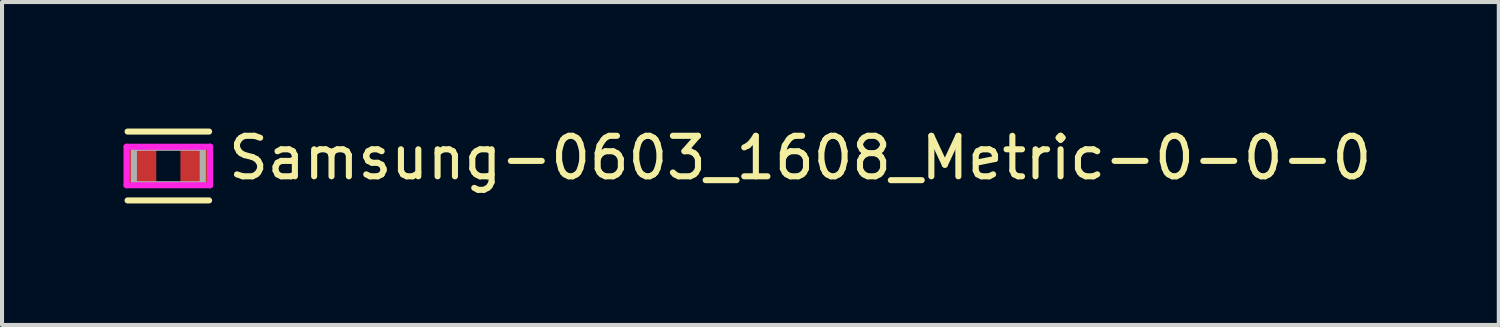
<source format=kicad_pcb>
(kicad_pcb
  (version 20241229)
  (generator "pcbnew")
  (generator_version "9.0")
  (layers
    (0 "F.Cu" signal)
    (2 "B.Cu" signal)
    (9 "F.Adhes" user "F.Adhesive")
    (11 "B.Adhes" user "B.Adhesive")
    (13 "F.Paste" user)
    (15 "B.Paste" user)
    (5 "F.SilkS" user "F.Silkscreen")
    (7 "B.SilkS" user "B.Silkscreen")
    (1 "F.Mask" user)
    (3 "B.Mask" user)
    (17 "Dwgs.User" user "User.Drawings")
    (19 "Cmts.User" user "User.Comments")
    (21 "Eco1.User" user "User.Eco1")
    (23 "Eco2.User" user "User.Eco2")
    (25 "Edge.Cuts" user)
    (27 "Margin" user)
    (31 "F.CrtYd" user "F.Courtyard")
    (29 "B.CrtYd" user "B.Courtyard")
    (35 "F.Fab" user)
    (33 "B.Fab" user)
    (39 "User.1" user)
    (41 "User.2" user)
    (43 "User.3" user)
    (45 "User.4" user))
  (footprint "Samsung-0603_1608_Metric-0-0-0"
    (layer "F.Cu")
    (at 1.106 1.048)
    (property "Reference" "Samsung-0603_1608_Metric-0-0-0" (at 1.406 -0.2 0) (layer "F.SilkS") (effects (font (size 1 1) (thickness 0.15)) (justify left)))
    (attr through_hole)
    (fp_line (start -1.006 -0.85) (end 1.006 -0.85) (stroke (width 0.15) (type solid)) (layer "F.SilkS"))
    (fp_line (start -1.006 0.85) (end 1.006 0.85) (stroke (width 0.15) (type solid)) (layer "F.SilkS"))
    (fp_line (start -1.031 -0.475) (end -1.031 0.475) (stroke (width 0.15) (type solid)) (layer "F.CrtYd"))
    (fp_line (start -1.031 0.475) (end 1.031 0.475) (stroke (width 0.15) (type solid)) (layer "F.CrtYd"))
    (fp_line (start 1.031 -0.475) (end -1.031 -0.475) (stroke (width 0.15) (type solid)) (layer "F.CrtYd"))
    (fp_line (start 1.031 -0.475) (end 1.031 -0.475) (stroke (width 0.15) (type solid)) (layer "F.CrtYd"))
    (fp_line (start 1.031 0.475) (end 1.031 -0.475) (stroke (width 0.15) (type solid)) (layer "F.CrtYd"))
    (fp_line (start -0.85 -0.45) (end 0.85 -0.45) (stroke (width 0.15) (type solid)) (layer "F.Fab"))
    (fp_line (start -0.85 0.45) (end -0.85 -0.45) (stroke (width 0.15) (type solid)) (layer "F.Fab"))
    (fp_line (start 0.85 -0.45) (end 0.85 0.45) (stroke (width 0.15) (type solid)) (layer "F.Fab"))
    (fp_line (start 0.85 0.45) (end -0.85 0.45) (stroke (width 0.15) (type solid)) (layer "F.Fab"))
    (pad "1" smd rect (at -0.652 0) (size 0.708 0.812) (layers "F.Cu" "F.Mask" "F.Paste"))
    (pad "2" smd rect (at 0.652 0) (size 0.708 0.812) (layers "F.Cu" "F.Mask" "F.Paste")))
  (gr_rect
    (start -3 -3)
    (end 33.953 4.973)
    (stroke (width 0.1) (type default))
    (fill no)
    (layer "Edge.Cuts")))
</source>
